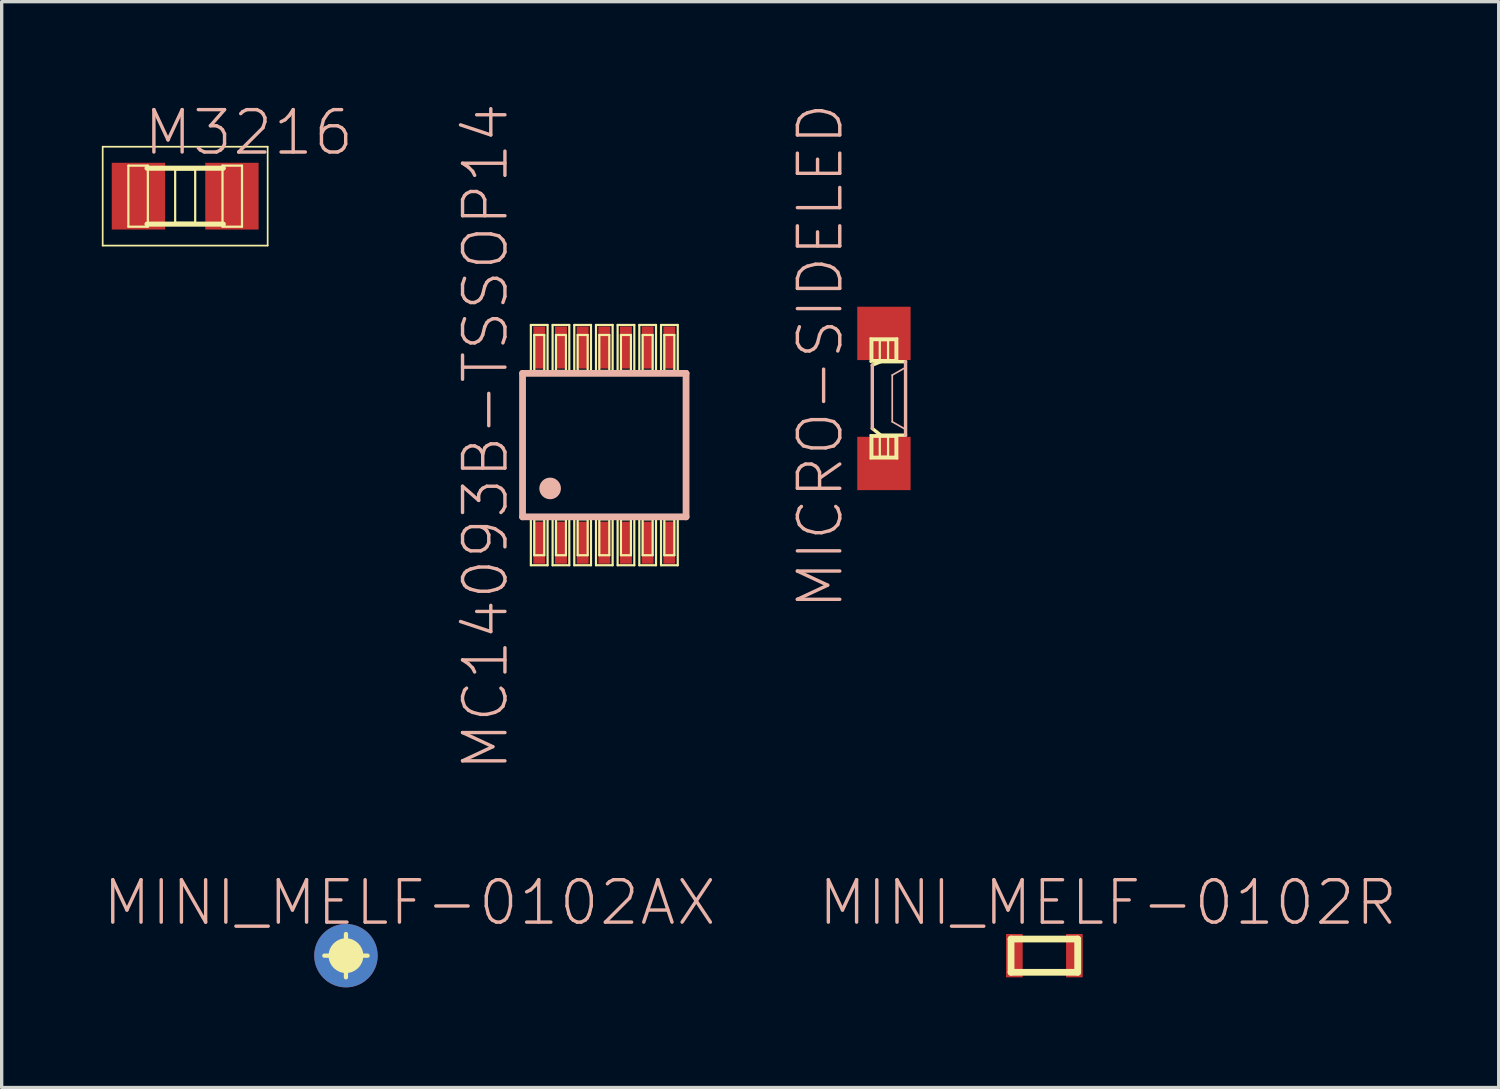
<source format=kicad_pcb>
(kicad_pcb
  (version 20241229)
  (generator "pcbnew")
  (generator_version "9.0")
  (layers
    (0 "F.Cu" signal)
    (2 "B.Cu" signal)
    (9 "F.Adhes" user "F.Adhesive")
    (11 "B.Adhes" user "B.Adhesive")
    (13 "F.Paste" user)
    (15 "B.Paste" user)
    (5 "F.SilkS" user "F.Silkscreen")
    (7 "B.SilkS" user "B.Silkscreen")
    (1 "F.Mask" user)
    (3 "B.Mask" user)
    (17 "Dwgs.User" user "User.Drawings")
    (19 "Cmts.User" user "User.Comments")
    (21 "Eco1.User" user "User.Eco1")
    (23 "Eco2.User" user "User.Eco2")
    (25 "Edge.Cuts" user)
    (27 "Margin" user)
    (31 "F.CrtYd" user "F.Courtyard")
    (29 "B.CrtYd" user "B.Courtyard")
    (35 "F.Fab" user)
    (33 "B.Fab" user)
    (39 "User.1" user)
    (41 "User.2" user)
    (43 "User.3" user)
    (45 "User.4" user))
  (footprint "MINI_MELF-0102R"
    (layer "F.Cu")
    (at 28.234 25.577)
    (property "Reference" "MINI_MELF-0102R" (at 1.905 -1.587 0) (layer "B.SilkS") (effects (font (size 1.27 1.27) (thickness 0.102))))
    (attr smd)
    (fp_line (start -0.998 -0.498) (end -0.998 0.498) (stroke (width 0.203) (type solid)) (layer "F.SilkS"))
    (fp_line (start -0.998 0.498) (end 0.998 0.498) (stroke (width 0.203) (type solid)) (layer "F.SilkS"))
    (fp_line (start 0.998 -0.498) (end -0.998 -0.498) (stroke (width 0.203) (type solid)) (layer "F.SilkS"))
    (fp_line (start 0.998 0.498) (end 0.998 -0.498) (stroke (width 0.203) (type solid)) (layer "F.SilkS"))
    (pad "1" smd rect (at -0.899 0) (size 0.498 1.298) (layers "F.Cu" "F.Mask" "F.Paste"))
    (pad "2" smd rect (at 0.899 0) (size 0.498 1.298) (layers "F.Cu" "F.Mask" "F.Paste")))
  (footprint "MINI_MELF-0102AX"
    (layer "F.Cu")
    (at 7.313 25.577)
    (property "Reference" "MINI_MELF-0102AX" (at 1.905 -1.587 0) (layer "B.SilkS") (effects (font (size 1.27 1.27) (thickness 0.102))))
    (attr smd)
    (fp_line (start -0.648 0) (end 0.648 0) (stroke (width 0.127) (type solid)) (layer "F.SilkS"))
    (fp_line (start 0 0.648) (end 0 -0.648) (stroke (width 0.127) (type solid)) (layer "F.SilkS"))
    (fp_circle (center 0 0) (end -0.323 0.323) (stroke (width 0.127) (type solid)) (fill no) (layer "F.SilkS"))
    (fp_circle (center 0 0) (end -0.3 0.3) (stroke (width 0) (type solid)) (fill yes) (layer "F.SilkS"))
    (fp_circle (center 0 0) (end -0.3 0.3) (stroke (width 0) (type solid)) (fill yes) (layer "F.SilkS"))
    (pad "1" smd circle (at 0 0) (size 1.9 1.9) (layers "F.Cu" "F.Mask" "F.Paste"))
    (pad "2" smd circle (at 0 0) (size 1.9 1.9) (layers "B.Cu" "B.Mask")))
  (footprint "MC14093B-TSSOP14"
    (layer "F.Cu")
    (at 15.052 10.283)
    (property "Reference" "MC14093B-TSSOP14" (at -3.559 -0.249 90) (layer "B.SilkS") (effects (font (size 1.27 1.27) (thickness 0.102))))
    (attr smd)
    (fp_line (start -2.2 -3.599) (end -1.699 -3.599) (stroke (width 0.066) (type solid)) (layer "F.SilkS"))
    (fp_line (start -2.2 -2.2) (end -2.2 -3.599) (stroke (width 0.066) (type solid)) (layer "F.SilkS"))
    (fp_line (start -2.2 -2.2) (end -1.699 -2.2) (stroke (width 0.066) (type solid)) (layer "F.SilkS"))
    (fp_line (start -2.2 2.2) (end -1.699 2.2) (stroke (width 0.066) (type solid)) (layer "F.SilkS"))
    (fp_line (start -2.2 3.599) (end -2.2 2.2) (stroke (width 0.066) (type solid)) (layer "F.SilkS"))
    (fp_line (start -2.2 3.599) (end -1.699 3.599) (stroke (width 0.066) (type solid)) (layer "F.SilkS"))
    (fp_line (start -2.098 -3.299) (end -1.798 -3.299) (stroke (width 0.066) (type solid)) (layer "F.SilkS"))
    (fp_line (start -2.098 -2.223) (end -2.098 -3.299) (stroke (width 0.066) (type solid)) (layer "F.SilkS"))
    (fp_line (start -2.098 -2.223) (end -1.798 -2.223) (stroke (width 0.066) (type solid)) (layer "F.SilkS"))
    (fp_line (start -2.098 2.223) (end -1.798 2.223) (stroke (width 0.066) (type solid)) (layer "F.SilkS"))
    (fp_line (start -2.098 3.299) (end -2.098 2.223) (stroke (width 0.066) (type solid)) (layer "F.SilkS"))
    (fp_line (start -2.098 3.299) (end -1.798 3.299) (stroke (width 0.066) (type solid)) (layer "F.SilkS"))
    (fp_line (start -1.798 -2.223) (end -1.798 -3.299) (stroke (width 0.066) (type solid)) (layer "F.SilkS"))
    (fp_line (start -1.798 3.299) (end -1.798 2.223) (stroke (width 0.066) (type solid)) (layer "F.SilkS"))
    (fp_line (start -1.699 -2.2) (end -1.699 -3.599) (stroke (width 0.066) (type solid)) (layer "F.SilkS"))
    (fp_line (start -1.699 3.599) (end -1.699 2.2) (stroke (width 0.066) (type solid)) (layer "F.SilkS"))
    (fp_line (start -1.549 -3.599) (end -1.049 -3.599) (stroke (width 0.066) (type solid)) (layer "F.SilkS"))
    (fp_line (start -1.549 -2.2) (end -1.549 -3.599) (stroke (width 0.066) (type solid)) (layer "F.SilkS"))
    (fp_line (start -1.549 -2.2) (end -1.049 -2.2) (stroke (width 0.066) (type solid)) (layer "F.SilkS"))
    (fp_line (start -1.549 2.2) (end -1.049 2.2) (stroke (width 0.066) (type solid)) (layer "F.SilkS"))
    (fp_line (start -1.549 3.599) (end -1.549 2.2) (stroke (width 0.066) (type solid)) (layer "F.SilkS"))
    (fp_line (start -1.549 3.599) (end -1.049 3.599) (stroke (width 0.066) (type solid)) (layer "F.SilkS"))
    (fp_line (start -1.448 -3.299) (end -1.148 -3.299) (stroke (width 0.066) (type solid)) (layer "F.SilkS"))
    (fp_line (start -1.448 -2.223) (end -1.448 -3.299) (stroke (width 0.066) (type solid)) (layer "F.SilkS"))
    (fp_line (start -1.448 -2.223) (end -1.148 -2.223) (stroke (width 0.066) (type solid)) (layer "F.SilkS"))
    (fp_line (start -1.448 2.223) (end -1.148 2.223) (stroke (width 0.066) (type solid)) (layer "F.SilkS"))
    (fp_line (start -1.448 3.299) (end -1.448 2.223) (stroke (width 0.066) (type solid)) (layer "F.SilkS"))
    (fp_line (start -1.448 3.299) (end -1.148 3.299) (stroke (width 0.066) (type solid)) (layer "F.SilkS"))
    (fp_line (start -1.148 -2.223) (end -1.148 -3.299) (stroke (width 0.066) (type solid)) (layer "F.SilkS"))
    (fp_line (start -1.148 3.299) (end -1.148 2.223) (stroke (width 0.066) (type solid)) (layer "F.SilkS"))
    (fp_line (start -1.049 -2.2) (end -1.049 -3.599) (stroke (width 0.066) (type solid)) (layer "F.SilkS"))
    (fp_line (start -1.049 3.599) (end -1.049 2.2) (stroke (width 0.066) (type solid)) (layer "F.SilkS"))
    (fp_line (start -0.899 -3.599) (end -0.399 -3.599) (stroke (width 0.066) (type solid)) (layer "F.SilkS"))
    (fp_line (start -0.899 -2.2) (end -0.899 -3.599) (stroke (width 0.066) (type solid)) (layer "F.SilkS"))
    (fp_line (start -0.899 -2.2) (end -0.399 -2.2) (stroke (width 0.066) (type solid)) (layer "F.SilkS"))
    (fp_line (start -0.899 2.2) (end -0.399 2.2) (stroke (width 0.066) (type solid)) (layer "F.SilkS"))
    (fp_line (start -0.899 3.599) (end -0.899 2.2) (stroke (width 0.066) (type solid)) (layer "F.SilkS"))
    (fp_line (start -0.899 3.599) (end -0.399 3.599) (stroke (width 0.066) (type solid)) (layer "F.SilkS"))
    (fp_line (start -0.798 -3.299) (end -0.498 -3.299) (stroke (width 0.066) (type solid)) (layer "F.SilkS"))
    (fp_line (start -0.798 -2.223) (end -0.798 -3.299) (stroke (width 0.066) (type solid)) (layer "F.SilkS"))
    (fp_line (start -0.798 -2.223) (end -0.498 -2.223) (stroke (width 0.066) (type solid)) (layer "F.SilkS"))
    (fp_line (start -0.798 2.223) (end -0.498 2.223) (stroke (width 0.066) (type solid)) (layer "F.SilkS"))
    (fp_line (start -0.798 3.299) (end -0.798 2.223) (stroke (width 0.066) (type solid)) (layer "F.SilkS"))
    (fp_line (start -0.798 3.299) (end -0.498 3.299) (stroke (width 0.066) (type solid)) (layer "F.SilkS"))
    (fp_line (start -0.498 -2.223) (end -0.498 -3.299) (stroke (width 0.066) (type solid)) (layer "F.SilkS"))
    (fp_line (start -0.498 3.299) (end -0.498 2.223) (stroke (width 0.066) (type solid)) (layer "F.SilkS"))
    (fp_line (start -0.399 -2.2) (end -0.399 -3.599) (stroke (width 0.066) (type solid)) (layer "F.SilkS"))
    (fp_line (start -0.399 3.599) (end -0.399 2.2) (stroke (width 0.066) (type solid)) (layer "F.SilkS"))
    (fp_line (start -0.249 -3.599) (end 0.249 -3.599) (stroke (width 0.066) (type solid)) (layer "F.SilkS"))
    (fp_line (start -0.249 -2.2) (end -0.249 -3.599) (stroke (width 0.066) (type solid)) (layer "F.SilkS"))
    (fp_line (start -0.249 -2.2) (end 0.249 -2.2) (stroke (width 0.066) (type solid)) (layer "F.SilkS"))
    (fp_line (start -0.249 2.2) (end 0.249 2.2) (stroke (width 0.066) (type solid)) (layer "F.SilkS"))
    (fp_line (start -0.249 3.599) (end -0.249 2.2) (stroke (width 0.066) (type solid)) (layer "F.SilkS"))
    (fp_line (start -0.249 3.599) (end 0.249 3.599) (stroke (width 0.066) (type solid)) (layer "F.SilkS"))
    (fp_line (start -0.15 -3.299) (end 0.15 -3.299) (stroke (width 0.066) (type solid)) (layer "F.SilkS"))
    (fp_line (start -0.15 -2.223) (end -0.15 -3.299) (stroke (width 0.066) (type solid)) (layer "F.SilkS"))
    (fp_line (start -0.15 -2.223) (end 0.15 -2.223) (stroke (width 0.066) (type solid)) (layer "F.SilkS"))
    (fp_line (start -0.15 2.223) (end 0.15 2.223) (stroke (width 0.066) (type solid)) (layer "F.SilkS"))
    (fp_line (start -0.15 3.299) (end -0.15 2.223) (stroke (width 0.066) (type solid)) (layer "F.SilkS"))
    (fp_line (start -0.15 3.299) (end 0.15 3.299) (stroke (width 0.066) (type solid)) (layer "F.SilkS"))
    (fp_line (start 0.15 -2.223) (end 0.15 -3.299) (stroke (width 0.066) (type solid)) (layer "F.SilkS"))
    (fp_line (start 0.15 3.299) (end 0.15 2.223) (stroke (width 0.066) (type solid)) (layer "F.SilkS"))
    (fp_line (start 0.249 -2.2) (end 0.249 -3.599) (stroke (width 0.066) (type solid)) (layer "F.SilkS"))
    (fp_line (start 0.249 3.599) (end 0.249 2.2) (stroke (width 0.066) (type solid)) (layer "F.SilkS"))
    (fp_line (start 0.399 -3.599) (end 0.899 -3.599) (stroke (width 0.066) (type solid)) (layer "F.SilkS"))
    (fp_line (start 0.399 -2.2) (end 0.399 -3.599) (stroke (width 0.066) (type solid)) (layer "F.SilkS"))
    (fp_line (start 0.399 -2.2) (end 0.899 -2.2) (stroke (width 0.066) (type solid)) (layer "F.SilkS"))
    (fp_line (start 0.399 2.2) (end 0.899 2.2) (stroke (width 0.066) (type solid)) (layer "F.SilkS"))
    (fp_line (start 0.399 3.599) (end 0.399 2.2) (stroke (width 0.066) (type solid)) (layer "F.SilkS"))
    (fp_line (start 0.399 3.599) (end 0.899 3.599) (stroke (width 0.066) (type solid)) (layer "F.SilkS"))
    (fp_line (start 0.498 -3.299) (end 0.798 -3.299) (stroke (width 0.066) (type solid)) (layer "F.SilkS"))
    (fp_line (start 0.498 -2.223) (end 0.498 -3.299) (stroke (width 0.066) (type solid)) (layer "F.SilkS"))
    (fp_line (start 0.498 -2.223) (end 0.798 -2.223) (stroke (width 0.066) (type solid)) (layer "F.SilkS"))
    (fp_line (start 0.498 2.223) (end 0.798 2.223) (stroke (width 0.066) (type solid)) (layer "F.SilkS"))
    (fp_line (start 0.498 3.299) (end 0.498 2.223) (stroke (width 0.066) (type solid)) (layer "F.SilkS"))
    (fp_line (start 0.498 3.299) (end 0.798 3.299) (stroke (width 0.066) (type solid)) (layer "F.SilkS"))
    (fp_line (start 0.798 -2.223) (end 0.798 -3.299) (stroke (width 0.066) (type solid)) (layer "F.SilkS"))
    (fp_line (start 0.798 3.299) (end 0.798 2.223) (stroke (width 0.066) (type solid)) (layer "F.SilkS"))
    (fp_line (start 0.899 -2.2) (end 0.899 -3.599) (stroke (width 0.066) (type solid)) (layer "F.SilkS"))
    (fp_line (start 0.899 3.599) (end 0.899 2.2) (stroke (width 0.066) (type solid)) (layer "F.SilkS"))
    (fp_line (start 1.049 -3.599) (end 1.549 -3.599) (stroke (width 0.066) (type solid)) (layer "F.SilkS"))
    (fp_line (start 1.049 -2.2) (end 1.049 -3.599) (stroke (width 0.066) (type solid)) (layer "F.SilkS"))
    (fp_line (start 1.049 -2.2) (end 1.549 -2.2) (stroke (width 0.066) (type solid)) (layer "F.SilkS"))
    (fp_line (start 1.049 2.2) (end 1.549 2.2) (stroke (width 0.066) (type solid)) (layer "F.SilkS"))
    (fp_line (start 1.049 3.599) (end 1.049 2.2) (stroke (width 0.066) (type solid)) (layer "F.SilkS"))
    (fp_line (start 1.049 3.599) (end 1.549 3.599) (stroke (width 0.066) (type solid)) (layer "F.SilkS"))
    (fp_line (start 1.148 -3.299) (end 1.448 -3.299) (stroke (width 0.066) (type solid)) (layer "F.SilkS"))
    (fp_line (start 1.148 -2.223) (end 1.148 -3.299) (stroke (width 0.066) (type solid)) (layer "F.SilkS"))
    (fp_line (start 1.148 -2.223) (end 1.448 -2.223) (stroke (width 0.066) (type solid)) (layer "F.SilkS"))
    (fp_line (start 1.148 2.223) (end 1.448 2.223) (stroke (width 0.066) (type solid)) (layer "F.SilkS"))
    (fp_line (start 1.148 3.299) (end 1.148 2.223) (stroke (width 0.066) (type solid)) (layer "F.SilkS"))
    (fp_line (start 1.148 3.299) (end 1.448 3.299) (stroke (width 0.066) (type solid)) (layer "F.SilkS"))
    (fp_line (start 1.448 -2.223) (end 1.448 -3.299) (stroke (width 0.066) (type solid)) (layer "F.SilkS"))
    (fp_line (start 1.448 3.299) (end 1.448 2.223) (stroke (width 0.066) (type solid)) (layer "F.SilkS"))
    (fp_line (start 1.549 -2.2) (end 1.549 -3.599) (stroke (width 0.066) (type solid)) (layer "F.SilkS"))
    (fp_line (start 1.549 3.599) (end 1.549 2.2) (stroke (width 0.066) (type solid)) (layer "F.SilkS"))
    (fp_line (start 1.699 -3.599) (end 2.2 -3.599) (stroke (width 0.066) (type solid)) (layer "F.SilkS"))
    (fp_line (start 1.699 -2.2) (end 1.699 -3.599) (stroke (width 0.066) (type solid)) (layer "F.SilkS"))
    (fp_line (start 1.699 -2.2) (end 2.2 -2.2) (stroke (width 0.066) (type solid)) (layer "F.SilkS"))
    (fp_line (start 1.699 2.2) (end 2.2 2.2) (stroke (width 0.066) (type solid)) (layer "F.SilkS"))
    (fp_line (start 1.699 3.599) (end 1.699 2.2) (stroke (width 0.066) (type solid)) (layer "F.SilkS"))
    (fp_line (start 1.699 3.599) (end 2.2 3.599) (stroke (width 0.066) (type solid)) (layer "F.SilkS"))
    (fp_line (start 1.798 -3.299) (end 2.098 -3.299) (stroke (width 0.066) (type solid)) (layer "F.SilkS"))
    (fp_line (start 1.798 -2.223) (end 1.798 -3.299) (stroke (width 0.066) (type solid)) (layer "F.SilkS"))
    (fp_line (start 1.798 -2.223) (end 2.098 -2.223) (stroke (width 0.066) (type solid)) (layer "F.SilkS"))
    (fp_line (start 1.798 2.223) (end 2.098 2.223) (stroke (width 0.066) (type solid)) (layer "F.SilkS"))
    (fp_line (start 1.798 3.299) (end 1.798 2.223) (stroke (width 0.066) (type solid)) (layer "F.SilkS"))
    (fp_line (start 1.798 3.299) (end 2.098 3.299) (stroke (width 0.066) (type solid)) (layer "F.SilkS"))
    (fp_line (start 2.098 -2.223) (end 2.098 -3.299) (stroke (width 0.066) (type solid)) (layer "F.SilkS"))
    (fp_line (start 2.098 3.299) (end 2.098 2.223) (stroke (width 0.066) (type solid)) (layer "F.SilkS"))
    (fp_line (start 2.2 -2.2) (end 2.2 -3.599) (stroke (width 0.066) (type solid)) (layer "F.SilkS"))
    (fp_line (start 2.2 3.599) (end 2.2 2.2) (stroke (width 0.066) (type solid)) (layer "F.SilkS"))
    (fp_line (start -2.449 -2.149) (end 2.449 -2.149) (stroke (width 0.203) (type solid)) (layer "B.SilkS"))
    (fp_line (start -2.449 2.149) (end -2.449 -2.149) (stroke (width 0.203) (type solid)) (layer "B.SilkS"))
    (fp_line (start 2.449 -2.149) (end 2.449 2.149) (stroke (width 0.203) (type solid)) (layer "B.SilkS"))
    (fp_line (start 2.449 2.149) (end -2.449 2.149) (stroke (width 0.203) (type solid)) (layer "B.SilkS"))
    (fp_circle (center -1.623 1.298) (end -1.852 1.527) (stroke (width 0) (type solid)) (fill yes) (layer "B.SilkS"))
    (pad "1" smd rect (at -1.948 2.924) (size 0.358 1.26) (layers "F.Cu" "F.Mask" "F.Paste"))
    (pad "2" smd rect (at -1.298 2.924) (size 0.358 1.26) (layers "F.Cu" "F.Mask" "F.Paste"))
    (pad "3" smd rect (at -0.648 2.924) (size 0.358 1.26) (layers "F.Cu" "F.Mask" "F.Paste"))
    (pad "4" smd rect (at 0 2.924) (size 0.358 1.26) (layers "F.Cu" "F.Mask" "F.Paste"))
    (pad "5" smd rect (at 0.648 2.924) (size 0.358 1.26) (layers "F.Cu" "F.Mask" "F.Paste"))
    (pad "6" smd rect (at 1.298 2.924) (size 0.358 1.26) (layers "F.Cu" "F.Mask" "F.Paste"))
    (pad "7" smd rect (at 1.948 2.924) (size 0.358 1.26) (layers "F.Cu" "F.Mask" "F.Paste"))
    (pad "8" smd rect (at 1.948 -2.924 180) (size 0.358 1.26) (layers "F.Cu" "F.Mask" "F.Paste"))
    (pad "9" smd rect (at 1.298 -2.924 180) (size 0.358 1.26) (layers "F.Cu" "F.Mask" "F.Paste"))
    (pad "10" smd rect (at 0.648 -2.924 180) (size 0.358 1.26) (layers "F.Cu" "F.Mask" "F.Paste"))
    (pad "11" smd rect (at 0 -2.924 180) (size 0.358 1.26) (layers "F.Cu" "F.Mask" "F.Paste"))
    (pad "12" smd rect (at -0.648 -2.924 180) (size 0.358 1.26) (layers "F.Cu" "F.Mask" "F.Paste"))
    (pad "13" smd rect (at -1.298 -2.924 180) (size 0.358 1.26) (layers "F.Cu" "F.Mask" "F.Paste"))
    (pad "14" smd rect (at -1.948 -2.924 180) (size 0.358 1.26) (layers "F.Cu" "F.Mask" "F.Paste")))
  (footprint "MICRO-SIDELED"
    (layer "F.Cu")
    (at 23.428 8.885)
    (property "Reference" "MICRO-SIDELED" (at -1.905 -1.27 90) (layer "B.SilkS") (effects (font (size 1.27 1.27) (thickness 0.102))))
    (attr smd)
    (fp_line (start -0.399 -1.798) (end 0.399 -1.798) (stroke (width 0.066) (type solid)) (layer "F.SilkS"))
    (fp_line (start -0.399 -1.1) (end -0.399 -1.798) (stroke (width 0.066) (type solid)) (layer "F.SilkS"))
    (fp_line (start -0.399 -1.1) (end 0.399 -1.1) (stroke (width 0.066) (type solid)) (layer "F.SilkS"))
    (fp_line (start -0.399 1.1) (end 0.399 1.1) (stroke (width 0.066) (type solid)) (layer "F.SilkS"))
    (fp_line (start -0.399 1.798) (end -0.399 1.1) (stroke (width 0.066) (type solid)) (layer "F.SilkS"))
    (fp_line (start -0.399 1.798) (end 0.399 1.798) (stroke (width 0.066) (type solid)) (layer "F.SilkS"))
    (fp_line (start -0.348 -1.748) (end 0.348 -1.748) (stroke (width 0.066) (type solid)) (layer "F.SilkS"))
    (fp_line (start -0.348 -1.148) (end -0.348 -1.748) (stroke (width 0.066) (type solid)) (layer "F.SilkS"))
    (fp_line (start -0.348 -1.148) (end 0.348 -1.148) (stroke (width 0.066) (type solid)) (layer "F.SilkS"))
    (fp_line (start -0.348 0.899) (end -0.099 1.1) (stroke (width 0.102) (type solid)) (layer "F.SilkS"))
    (fp_line (start -0.348 1.148) (end 0.348 1.148) (stroke (width 0.066) (type solid)) (layer "F.SilkS"))
    (fp_line (start -0.348 1.748) (end -0.348 1.148) (stroke (width 0.066) (type solid)) (layer "F.SilkS"))
    (fp_line (start -0.348 1.748) (end 0.348 1.748) (stroke (width 0.066) (type solid)) (layer "F.SilkS"))
    (fp_line (start -0.124 -1.748) (end 0.124 -1.748) (stroke (width 0.066) (type solid)) (layer "F.SilkS"))
    (fp_line (start -0.124 -1.123) (end -0.124 -1.748) (stroke (width 0.066) (type solid)) (layer "F.SilkS"))
    (fp_line (start -0.124 -1.123) (end 0.124 -1.123) (stroke (width 0.066) (type solid)) (layer "F.SilkS"))
    (fp_line (start -0.124 1.123) (end 0.124 1.123) (stroke (width 0.066) (type solid)) (layer "F.SilkS"))
    (fp_line (start -0.124 1.748) (end -0.124 1.123) (stroke (width 0.066) (type solid)) (layer "F.SilkS"))
    (fp_line (start -0.124 1.748) (end 0.124 1.748) (stroke (width 0.066) (type solid)) (layer "F.SilkS"))
    (fp_line (start -0.099 -1.1) (end -0.348 -0.998) (stroke (width 0.102) (type solid)) (layer "F.SilkS"))
    (fp_line (start -0.099 1.1) (end 0.648 1.1) (stroke (width 0.102) (type solid)) (layer "F.SilkS"))
    (fp_line (start 0.124 -1.123) (end 0.124 -1.748) (stroke (width 0.066) (type solid)) (layer "F.SilkS"))
    (fp_line (start 0.124 1.748) (end 0.124 1.123) (stroke (width 0.066) (type solid)) (layer "F.SilkS"))
    (fp_line (start 0.348 -1.148) (end 0.348 -1.748) (stroke (width 0.066) (type solid)) (layer "F.SilkS"))
    (fp_line (start 0.348 1.748) (end 0.348 1.148) (stroke (width 0.066) (type solid)) (layer "F.SilkS"))
    (fp_line (start 0.399 -1.1) (end 0.399 -1.798) (stroke (width 0.066) (type solid)) (layer "F.SilkS"))
    (fp_line (start 0.399 1.798) (end 0.399 1.1) (stroke (width 0.066) (type solid)) (layer "F.SilkS"))
    (fp_line (start 0.648 -1.1) (end -0.099 -1.1) (stroke (width 0.102) (type solid)) (layer "F.SilkS"))
    (fp_line (start -0.348 -0.998) (end -0.348 0.899) (stroke (width 0.102) (type solid)) (layer "B.SilkS"))
    (fp_line (start 0.249 -0.699) (end 0.249 0.699) (stroke (width 0.051) (type solid)) (layer "B.SilkS"))
    (fp_line (start 0.249 0.699) (end 0.599 0.899) (stroke (width 0.051) (type solid)) (layer "B.SilkS"))
    (fp_line (start 0.599 -0.899) (end 0.249 -0.699) (stroke (width 0.051) (type solid)) (layer "B.SilkS"))
    (fp_line (start 0.648 1.1) (end 0.648 -1.1) (stroke (width 0.102) (type solid)) (layer "B.SilkS"))
    (pad "A" smd rect (at 0 -1.948) (size 1.598 1.598) (layers "F.Cu" "F.Mask" "F.Paste"))
    (pad "C" smd rect (at 0 1.948) (size 1.598 1.598) (layers "F.Cu" "F.Mask" "F.Paste")))
  (footprint "M3216"
    (layer "F.Cu")
    (at 2.497 2.826)
    (property "Reference" "M3216" (at 1.905 -1.905 0) (layer "B.SilkS") (effects (font (size 1.27 1.27) (thickness 0.102))))
    (attr smd)
    (fp_line (start -2.471 -1.481) (end 2.471 -1.481) (stroke (width 0.051) (type solid)) (layer "F.SilkS"))
    (fp_line (start -2.471 1.481) (end -2.471 -1.481) (stroke (width 0.051) (type solid)) (layer "F.SilkS"))
    (fp_line (start -1.702 -0.914) (end -1.118 -0.914) (stroke (width 0.066) (type solid)) (layer "F.SilkS"))
    (fp_line (start -1.702 0.914) (end -1.702 -0.914) (stroke (width 0.066) (type solid)) (layer "F.SilkS"))
    (fp_line (start -1.702 0.914) (end -1.118 0.914) (stroke (width 0.066) (type solid)) (layer "F.SilkS"))
    (fp_line (start -1.118 0.914) (end -1.118 -0.914) (stroke (width 0.066) (type solid)) (layer "F.SilkS"))
    (fp_line (start -0.3 -0.8) (end 0.3 -0.8) (stroke (width 0.066) (type solid)) (layer "F.SilkS"))
    (fp_line (start -0.3 0.8) (end -0.3 -0.8) (stroke (width 0.066) (type solid)) (layer "F.SilkS"))
    (fp_line (start -0.3 0.8) (end 0.3 0.8) (stroke (width 0.066) (type solid)) (layer "F.SilkS"))
    (fp_line (start 0.3 0.8) (end 0.3 -0.8) (stroke (width 0.066) (type solid)) (layer "F.SilkS"))
    (fp_line (start 1.118 -0.914) (end 1.702 -0.914) (stroke (width 0.066) (type solid)) (layer "F.SilkS"))
    (fp_line (start 1.118 0.914) (end 1.118 -0.914) (stroke (width 0.066) (type solid)) (layer "F.SilkS"))
    (fp_line (start 1.118 0.914) (end 1.702 0.914) (stroke (width 0.066) (type solid)) (layer "F.SilkS"))
    (fp_line (start 1.143 -0.838) (end -1.143 -0.838) (stroke (width 0.152) (type solid)) (layer "F.SilkS"))
    (fp_line (start 1.143 0.838) (end -1.143 0.838) (stroke (width 0.152) (type solid)) (layer "F.SilkS"))
    (fp_line (start 1.702 0.914) (end 1.702 -0.914) (stroke (width 0.066) (type solid)) (layer "F.SilkS"))
    (fp_line (start 2.471 -1.481) (end 2.471 1.481) (stroke (width 0.051) (type solid)) (layer "F.SilkS"))
    (fp_line (start 2.471 1.481) (end -2.471 1.481) (stroke (width 0.051) (type solid)) (layer "F.SilkS"))
    (pad "1" smd rect (at -1.4 0) (size 1.598 1.999) (layers "F.Cu" "F.Mask" "F.Paste"))
    (pad "2" smd rect (at 1.4 0) (size 1.598 1.999) (layers "F.Cu" "F.Mask" "F.Paste")))
  (gr_rect
    (start -3 -3)
    (end 41.843 29.527)
    (stroke (width 0.1) (type default))
    (fill no)
    (layer "Edge.Cuts")))
</source>
